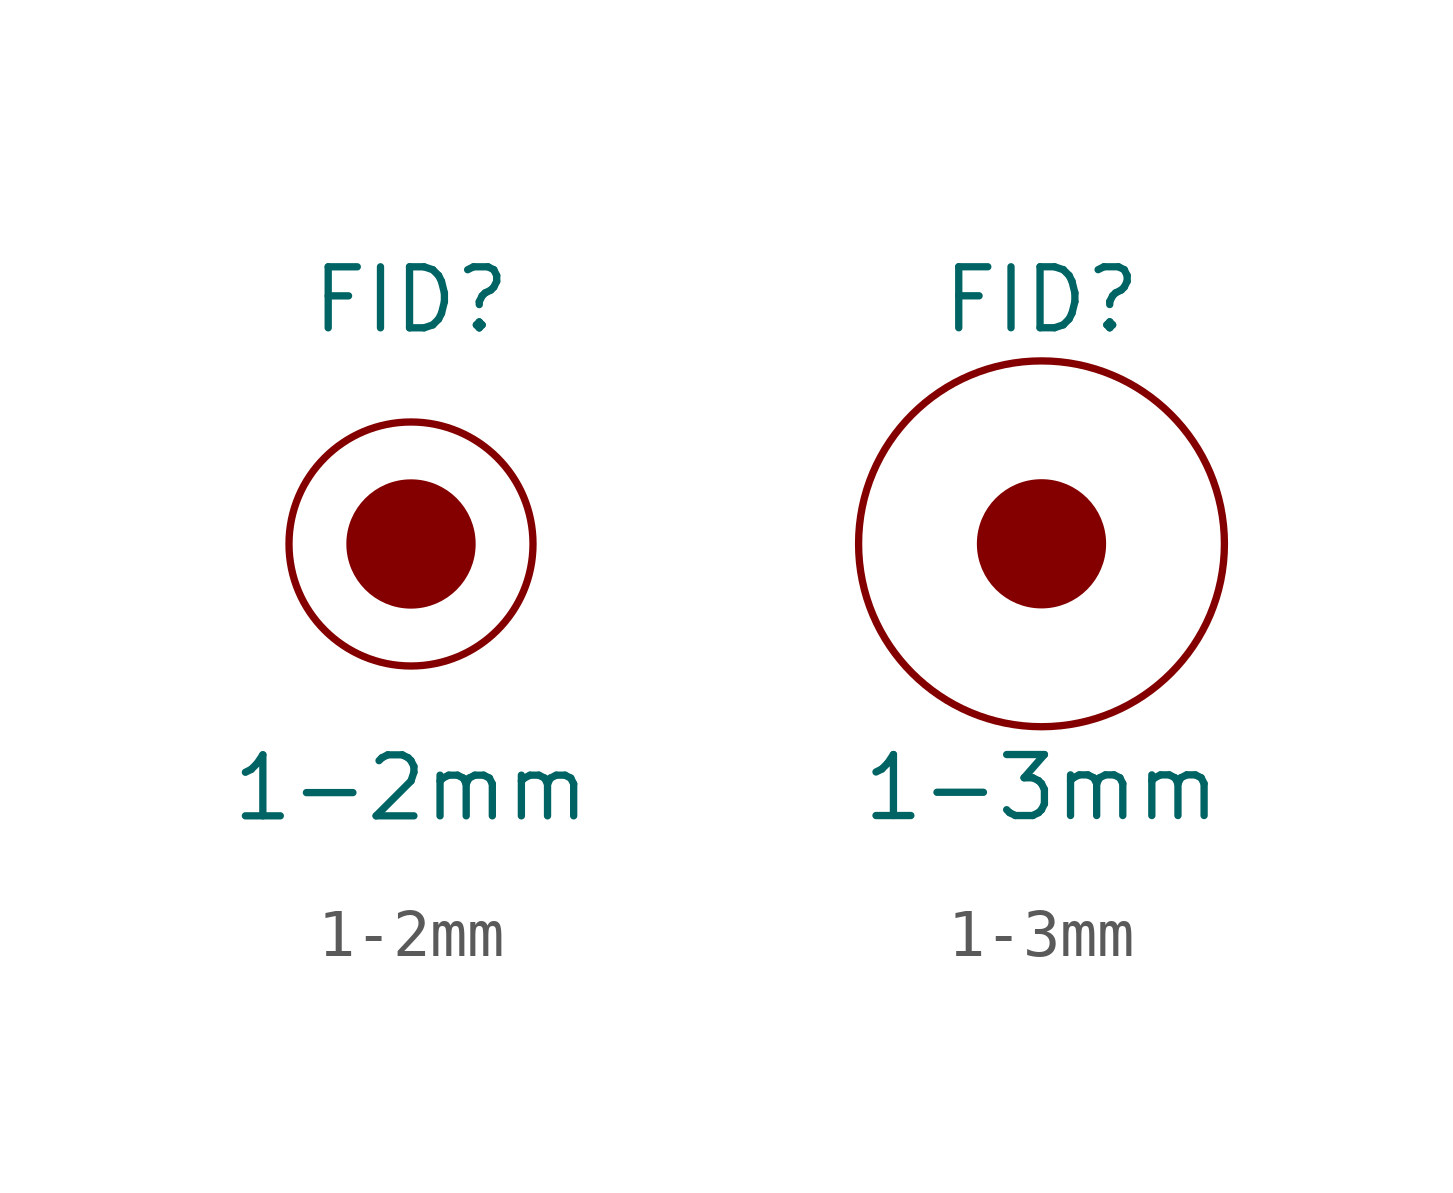
<source format=kicad_sym>
(kicad_symbol_lib
  (version 20211014)
  (generator kicad_symbol_editor)
  (symbol "1-2mm"
    (property "Reference" "FID"
      (at 0 5.08 0)
      (effects (font (size 1.27 1.27))))
    (property "Value" "1-2mm"
      (at 0 -5.08 0)
      (effects (font (size 1.27 1.27))))
    (symbol "1-2mm_0_1"
      (circle (center 0 0) (radius 2.54) (stroke (width 0) (type default) (color 0 0 0 0)) (fill (type none)))
      (circle (center 0 0) (radius 1.27) (stroke (width 0) (type default) (color 0 0 0 0)) (fill (type outline)))))
  (symbol "1-3mm"
    (property "Reference" "FID"
      (at 0 5.08 0)
      (effects (font (size 1.27 1.27))))
    (property "Value" "1-3mm"
      (at 0 -5.08 0)
      (effects (font (size 1.27 1.27))))
    (symbol "1-3mm_0_1"
      (circle (center 0 0) (radius 3.81) (stroke (width 0) (type default) (color 0 0 0 0)) (fill (type none)))
      (circle (center 0 0) (radius 1.27) (stroke (width 0) (type default) (color 0 0 0 0)) (fill (type outline))))))
</source>
